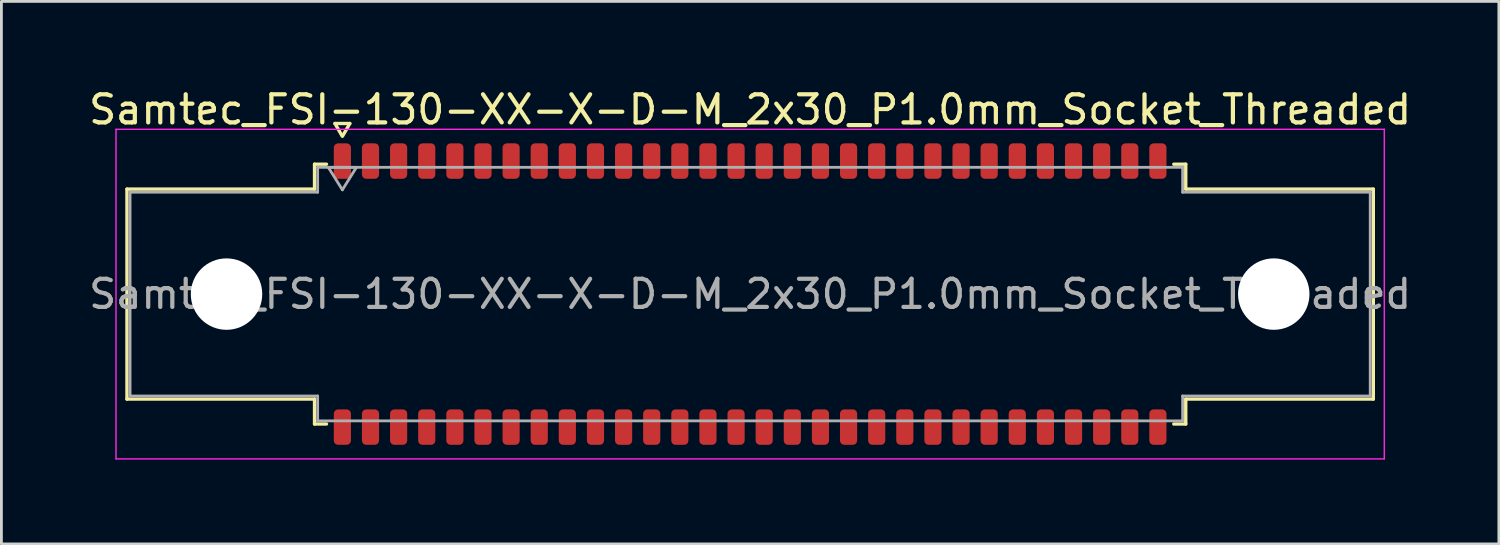
<source format=kicad_pcb>
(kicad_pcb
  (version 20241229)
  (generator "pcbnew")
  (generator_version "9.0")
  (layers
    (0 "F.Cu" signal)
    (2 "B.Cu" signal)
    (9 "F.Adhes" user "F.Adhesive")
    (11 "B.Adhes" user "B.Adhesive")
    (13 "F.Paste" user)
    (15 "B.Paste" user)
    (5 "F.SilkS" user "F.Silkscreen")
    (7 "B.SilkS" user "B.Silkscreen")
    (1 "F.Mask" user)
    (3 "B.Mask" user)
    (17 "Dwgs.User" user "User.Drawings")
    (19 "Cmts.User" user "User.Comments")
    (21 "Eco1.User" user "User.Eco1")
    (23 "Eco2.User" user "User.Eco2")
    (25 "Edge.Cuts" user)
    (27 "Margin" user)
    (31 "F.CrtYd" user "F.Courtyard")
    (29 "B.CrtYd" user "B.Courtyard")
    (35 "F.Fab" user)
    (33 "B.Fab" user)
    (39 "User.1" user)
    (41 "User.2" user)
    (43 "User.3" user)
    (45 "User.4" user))
  (footprint "Samtec_FSI-130-XX-X-D-M_2x30_P1.0mm_Socket_Threaded"
    (layer "F.Cu")
    (at 23.625 7.408)
    (property "Reference" "Samtec_FSI-130-XX-X-D-M_2x30_P1.0mm_Socket_Threaded" (at 0 -6.56 0) (layer "F.SilkS") (effects (font (size 1 1) (thickness 0.15))))
    (attr smd)
    (fp_line (start -22.16 -3.733) (end -15.49 -3.733) (stroke (width 0.12) (type solid)) (layer "F.SilkS"))
    (fp_line (start -22.16 3.733) (end -22.16 -3.733) (stroke (width 0.12) (type solid)) (layer "F.SilkS"))
    (fp_line (start -15.49 -4.619) (end -15.065 -4.619) (stroke (width 0.12) (type solid)) (layer "F.SilkS"))
    (fp_line (start -15.49 -3.733) (end -15.49 -4.619) (stroke (width 0.12) (type solid)) (layer "F.SilkS"))
    (fp_line (start -15.49 3.733) (end -22.16 3.733) (stroke (width 0.12) (type solid)) (layer "F.SilkS"))
    (fp_line (start -15.49 4.619) (end -15.49 3.733) (stroke (width 0.12) (type solid)) (layer "F.SilkS"))
    (fp_line (start -15.065 4.619) (end -15.49 4.619) (stroke (width 0.12) (type solid)) (layer "F.SilkS"))
    (fp_line (start -14.764 -6.066) (end -14.507 -5.62) (stroke (width 0.12) (type solid)) (layer "F.SilkS"))
    (fp_line (start -14.493 -5.62) (end -14.236 -6.066) (stroke (width 0.12) (type solid)) (layer "F.SilkS"))
    (fp_line (start -14.236 -6.066) (end -14.764 -6.066) (stroke (width 0.12) (type solid)) (layer "F.SilkS"))
    (fp_line (start 15.065 -4.619) (end 15.49 -4.619) (stroke (width 0.12) (type solid)) (layer "F.SilkS"))
    (fp_line (start 15.49 -4.619) (end 15.49 -3.733) (stroke (width 0.12) (type solid)) (layer "F.SilkS"))
    (fp_line (start 15.49 -3.733) (end 22.16 -3.733) (stroke (width 0.12) (type solid)) (layer "F.SilkS"))
    (fp_line (start 15.49 3.733) (end 15.49 4.619) (stroke (width 0.12) (type solid)) (layer "F.SilkS"))
    (fp_line (start 15.49 4.619) (end 15.065 4.619) (stroke (width 0.12) (type solid)) (layer "F.SilkS"))
    (fp_line (start 22.16 -3.733) (end 22.16 3.733) (stroke (width 0.12) (type solid)) (layer "F.SilkS"))
    (fp_line (start 22.16 3.733) (end 15.49 3.733) (stroke (width 0.12) (type solid)) (layer "F.SilkS"))
    (fp_line (start -22.55 -5.86) (end -22.55 5.86) (stroke (width 0.05) (type solid)) (layer "F.CrtYd"))
    (fp_line (start -22.55 5.86) (end 22.55 5.86) (stroke (width 0.05) (type solid)) (layer "F.CrtYd"))
    (fp_line (start 22.55 -5.86) (end -22.55 -5.86) (stroke (width 0.05) (type solid)) (layer "F.CrtYd"))
    (fp_line (start 22.55 5.86) (end 22.55 -5.86) (stroke (width 0.05) (type solid)) (layer "F.CrtYd"))
    (fp_line (start -22.05 -3.623) (end -15.38 -3.623) (stroke (width 0.1) (type solid)) (layer "F.Fab"))
    (fp_line (start -22.05 3.623) (end -22.05 -3.623) (stroke (width 0.1) (type solid)) (layer "F.Fab"))
    (fp_line (start -15.38 -4.508) (end 15.38 -4.508) (stroke (width 0.1) (type solid)) (layer "F.Fab"))
    (fp_line (start -15.38 -3.623) (end -15.38 -4.508) (stroke (width 0.1) (type solid)) (layer "F.Fab"))
    (fp_line (start -15.38 3.623) (end -22.05 3.623) (stroke (width 0.1) (type solid)) (layer "F.Fab"))
    (fp_line (start -15.38 4.508) (end -15.38 3.623) (stroke (width 0.1) (type solid)) (layer "F.Fab"))
    (fp_line (start -15 -4.508) (end -14.5 -3.708) (stroke (width 0.1) (type solid)) (layer "F.Fab"))
    (fp_line (start -14.5 -3.708) (end -14 -4.508) (stroke (width 0.1) (type solid)) (layer "F.Fab"))
    (fp_line (start -14 -4.508) (end -15 -4.508) (stroke (width 0.1) (type solid)) (layer "F.Fab"))
    (fp_line (start 15.38 -4.508) (end 15.38 -3.623) (stroke (width 0.1) (type solid)) (layer "F.Fab"))
    (fp_line (start 15.38 -3.623) (end 22.05 -3.623) (stroke (width 0.1) (type solid)) (layer "F.Fab"))
    (fp_line (start 15.38 3.623) (end 15.38 4.508) (stroke (width 0.1) (type solid)) (layer "F.Fab"))
    (fp_line (start 15.38 4.508) (end -15.38 4.508) (stroke (width 0.1) (type solid)) (layer "F.Fab"))
    (fp_line (start 22.05 -3.623) (end 22.05 3.623) (stroke (width 0.1) (type solid)) (layer "F.Fab"))
    (fp_line (start 22.05 3.623) (end 15.38 3.623) (stroke (width 0.1) (type solid)) (layer "F.Fab"))
    (fp_text user "${REFERENCE}" (at 0 0 0) (layer "F.Fab") (effects (font (size 1 1) (thickness 0.15))))
    (pad "" np_thru_hole circle (at -18.62 0) (size 2.54 2.54) (drill 2.54) (layers "*.Cu" "*.Mask"))
    (pad "" np_thru_hole circle (at 18.62 0) (size 2.54 2.54) (drill 2.54) (layers "*.Cu" "*.Mask"))
    (pad "1" smd roundrect (at -14.5 -4.73) (size 0.61 1.26) (layers "F.Cu" "F.Mask" "F.Paste") (roundrect_rratio 0.25))
    (pad "2" smd roundrect (at -14.5 4.73) (size 0.61 1.26) (layers "F.Cu" "F.Mask" "F.Paste") (roundrect_rratio 0.25))
    (pad "3" smd roundrect (at -13.5 -4.73) (size 0.61 1.26) (layers "F.Cu" "F.Mask" "F.Paste") (roundrect_rratio 0.25))
    (pad "4" smd roundrect (at -13.5 4.73) (size 0.61 1.26) (layers "F.Cu" "F.Mask" "F.Paste") (roundrect_rratio 0.25))
    (pad "5" smd roundrect (at -12.5 -4.73) (size 0.61 1.26) (layers "F.Cu" "F.Mask" "F.Paste") (roundrect_rratio 0.25))
    (pad "6" smd roundrect (at -12.5 4.73) (size 0.61 1.26) (layers "F.Cu" "F.Mask" "F.Paste") (roundrect_rratio 0.25))
    (pad "7" smd roundrect (at -11.5 -4.73) (size 0.61 1.26) (layers "F.Cu" "F.Mask" "F.Paste") (roundrect_rratio 0.25))
    (pad "8" smd roundrect (at -11.5 4.73) (size 0.61 1.26) (layers "F.Cu" "F.Mask" "F.Paste") (roundrect_rratio 0.25))
    (pad "9" smd roundrect (at -10.5 -4.73) (size 0.61 1.26) (layers "F.Cu" "F.Mask" "F.Paste") (roundrect_rratio 0.25))
    (pad "10" smd roundrect (at -10.5 4.73) (size 0.61 1.26) (layers "F.Cu" "F.Mask" "F.Paste") (roundrect_rratio 0.25))
    (pad "11" smd roundrect (at -9.5 -4.73) (size 0.61 1.26) (layers "F.Cu" "F.Mask" "F.Paste") (roundrect_rratio 0.25))
    (pad "12" smd roundrect (at -9.5 4.73) (size 0.61 1.26) (layers "F.Cu" "F.Mask" "F.Paste") (roundrect_rratio 0.25))
    (pad "13" smd roundrect (at -8.5 -4.73) (size 0.61 1.26) (layers "F.Cu" "F.Mask" "F.Paste") (roundrect_rratio 0.25))
    (pad "14" smd roundrect (at -8.5 4.73) (size 0.61 1.26) (layers "F.Cu" "F.Mask" "F.Paste") (roundrect_rratio 0.25))
    (pad "15" smd roundrect (at -7.5 -4.73) (size 0.61 1.26) (layers "F.Cu" "F.Mask" "F.Paste") (roundrect_rratio 0.25))
    (pad "16" smd roundrect (at -7.5 4.73) (size 0.61 1.26) (layers "F.Cu" "F.Mask" "F.Paste") (roundrect_rratio 0.25))
    (pad "17" smd roundrect (at -6.5 -4.73) (size 0.61 1.26) (layers "F.Cu" "F.Mask" "F.Paste") (roundrect_rratio 0.25))
    (pad "18" smd roundrect (at -6.5 4.73) (size 0.61 1.26) (layers "F.Cu" "F.Mask" "F.Paste") (roundrect_rratio 0.25))
    (pad "19" smd roundrect (at -5.5 -4.73) (size 0.61 1.26) (layers "F.Cu" "F.Mask" "F.Paste") (roundrect_rratio 0.25))
    (pad "20" smd roundrect (at -5.5 4.73) (size 0.61 1.26) (layers "F.Cu" "F.Mask" "F.Paste") (roundrect_rratio 0.25))
    (pad "21" smd roundrect (at -4.5 -4.73) (size 0.61 1.26) (layers "F.Cu" "F.Mask" "F.Paste") (roundrect_rratio 0.25))
    (pad "22" smd roundrect (at -4.5 4.73) (size 0.61 1.26) (layers "F.Cu" "F.Mask" "F.Paste") (roundrect_rratio 0.25))
    (pad "23" smd roundrect (at -3.5 -4.73) (size 0.61 1.26) (layers "F.Cu" "F.Mask" "F.Paste") (roundrect_rratio 0.25))
    (pad "24" smd roundrect (at -3.5 4.73) (size 0.61 1.26) (layers "F.Cu" "F.Mask" "F.Paste") (roundrect_rratio 0.25))
    (pad "25" smd roundrect (at -2.5 -4.73) (size 0.61 1.26) (layers "F.Cu" "F.Mask" "F.Paste") (roundrect_rratio 0.25))
    (pad "26" smd roundrect (at -2.5 4.73) (size 0.61 1.26) (layers "F.Cu" "F.Mask" "F.Paste") (roundrect_rratio 0.25))
    (pad "27" smd roundrect (at -1.5 -4.73) (size 0.61 1.26) (layers "F.Cu" "F.Mask" "F.Paste") (roundrect_rratio 0.25))
    (pad "28" smd roundrect (at -1.5 4.73) (size 0.61 1.26) (layers "F.Cu" "F.Mask" "F.Paste") (roundrect_rratio 0.25))
    (pad "29" smd roundrect (at -0.5 -4.73) (size 0.61 1.26) (layers "F.Cu" "F.Mask" "F.Paste") (roundrect_rratio 0.25))
    (pad "30" smd roundrect (at -0.5 4.73) (size 0.61 1.26) (layers "F.Cu" "F.Mask" "F.Paste") (roundrect_rratio 0.25))
    (pad "31" smd roundrect (at 0.5 -4.73) (size 0.61 1.26) (layers "F.Cu" "F.Mask" "F.Paste") (roundrect_rratio 0.25))
    (pad "32" smd roundrect (at 0.5 4.73) (size 0.61 1.26) (layers "F.Cu" "F.Mask" "F.Paste") (roundrect_rratio 0.25))
    (pad "33" smd roundrect (at 1.5 -4.73) (size 0.61 1.26) (layers "F.Cu" "F.Mask" "F.Paste") (roundrect_rratio 0.25))
    (pad "34" smd roundrect (at 1.5 4.73) (size 0.61 1.26) (layers "F.Cu" "F.Mask" "F.Paste") (roundrect_rratio 0.25))
    (pad "35" smd roundrect (at 2.5 -4.73) (size 0.61 1.26) (layers "F.Cu" "F.Mask" "F.Paste") (roundrect_rratio 0.25))
    (pad "36" smd roundrect (at 2.5 4.73) (size 0.61 1.26) (layers "F.Cu" "F.Mask" "F.Paste") (roundrect_rratio 0.25))
    (pad "37" smd roundrect (at 3.5 -4.73) (size 0.61 1.26) (layers "F.Cu" "F.Mask" "F.Paste") (roundrect_rratio 0.25))
    (pad "38" smd roundrect (at 3.5 4.73) (size 0.61 1.26) (layers "F.Cu" "F.Mask" "F.Paste") (roundrect_rratio 0.25))
    (pad "39" smd roundrect (at 4.5 -4.73) (size 0.61 1.26) (layers "F.Cu" "F.Mask" "F.Paste") (roundrect_rratio 0.25))
    (pad "40" smd roundrect (at 4.5 4.73) (size 0.61 1.26) (layers "F.Cu" "F.Mask" "F.Paste") (roundrect_rratio 0.25))
    (pad "41" smd roundrect (at 5.5 -4.73) (size 0.61 1.26) (layers "F.Cu" "F.Mask" "F.Paste") (roundrect_rratio 0.25))
    (pad "42" smd roundrect (at 5.5 4.73) (size 0.61 1.26) (layers "F.Cu" "F.Mask" "F.Paste") (roundrect_rratio 0.25))
    (pad "43" smd roundrect (at 6.5 -4.73) (size 0.61 1.26) (layers "F.Cu" "F.Mask" "F.Paste") (roundrect_rratio 0.25))
    (pad "44" smd roundrect (at 6.5 4.73) (size 0.61 1.26) (layers "F.Cu" "F.Mask" "F.Paste") (roundrect_rratio 0.25))
    (pad "45" smd roundrect (at 7.5 -4.73) (size 0.61 1.26) (layers "F.Cu" "F.Mask" "F.Paste") (roundrect_rratio 0.25))
    (pad "46" smd roundrect (at 7.5 4.73) (size 0.61 1.26) (layers "F.Cu" "F.Mask" "F.Paste") (roundrect_rratio 0.25))
    (pad "47" smd roundrect (at 8.5 -4.73) (size 0.61 1.26) (layers "F.Cu" "F.Mask" "F.Paste") (roundrect_rratio 0.25))
    (pad "48" smd roundrect (at 8.5 4.73) (size 0.61 1.26) (layers "F.Cu" "F.Mask" "F.Paste") (roundrect_rratio 0.25))
    (pad "49" smd roundrect (at 9.5 -4.73) (size 0.61 1.26) (layers "F.Cu" "F.Mask" "F.Paste") (roundrect_rratio 0.25))
    (pad "50" smd roundrect (at 9.5 4.73) (size 0.61 1.26) (layers "F.Cu" "F.Mask" "F.Paste") (roundrect_rratio 0.25))
    (pad "51" smd roundrect (at 10.5 -4.73) (size 0.61 1.26) (layers "F.Cu" "F.Mask" "F.Paste") (roundrect_rratio 0.25))
    (pad "52" smd roundrect (at 10.5 4.73) (size 0.61 1.26) (layers "F.Cu" "F.Mask" "F.Paste") (roundrect_rratio 0.25))
    (pad "53" smd roundrect (at 11.5 -4.73) (size 0.61 1.26) (layers "F.Cu" "F.Mask" "F.Paste") (roundrect_rratio 0.25))
    (pad "54" smd roundrect (at 11.5 4.73) (size 0.61 1.26) (layers "F.Cu" "F.Mask" "F.Paste") (roundrect_rratio 0.25))
    (pad "55" smd roundrect (at 12.5 -4.73) (size 0.61 1.26) (layers "F.Cu" "F.Mask" "F.Paste") (roundrect_rratio 0.25))
    (pad "56" smd roundrect (at 12.5 4.73) (size 0.61 1.26) (layers "F.Cu" "F.Mask" "F.Paste") (roundrect_rratio 0.25))
    (pad "57" smd roundrect (at 13.5 -4.73) (size 0.61 1.26) (layers "F.Cu" "F.Mask" "F.Paste") (roundrect_rratio 0.25))
    (pad "58" smd roundrect (at 13.5 4.73) (size 0.61 1.26) (layers "F.Cu" "F.Mask" "F.Paste") (roundrect_rratio 0.25))
    (pad "59" smd roundrect (at 14.5 -4.73) (size 0.61 1.26) (layers "F.Cu" "F.Mask" "F.Paste") (roundrect_rratio 0.25))
    (pad "60" smd roundrect (at 14.5 4.73) (size 0.61 1.26) (layers "F.Cu" "F.Mask" "F.Paste") (roundrect_rratio 0.25)))
  (gr_rect
    (start -3 -3)
    (end 50.25 16.293)
    (stroke (width 0.1) (type default))
    (fill no)
    (layer "Edge.Cuts")))
</source>
